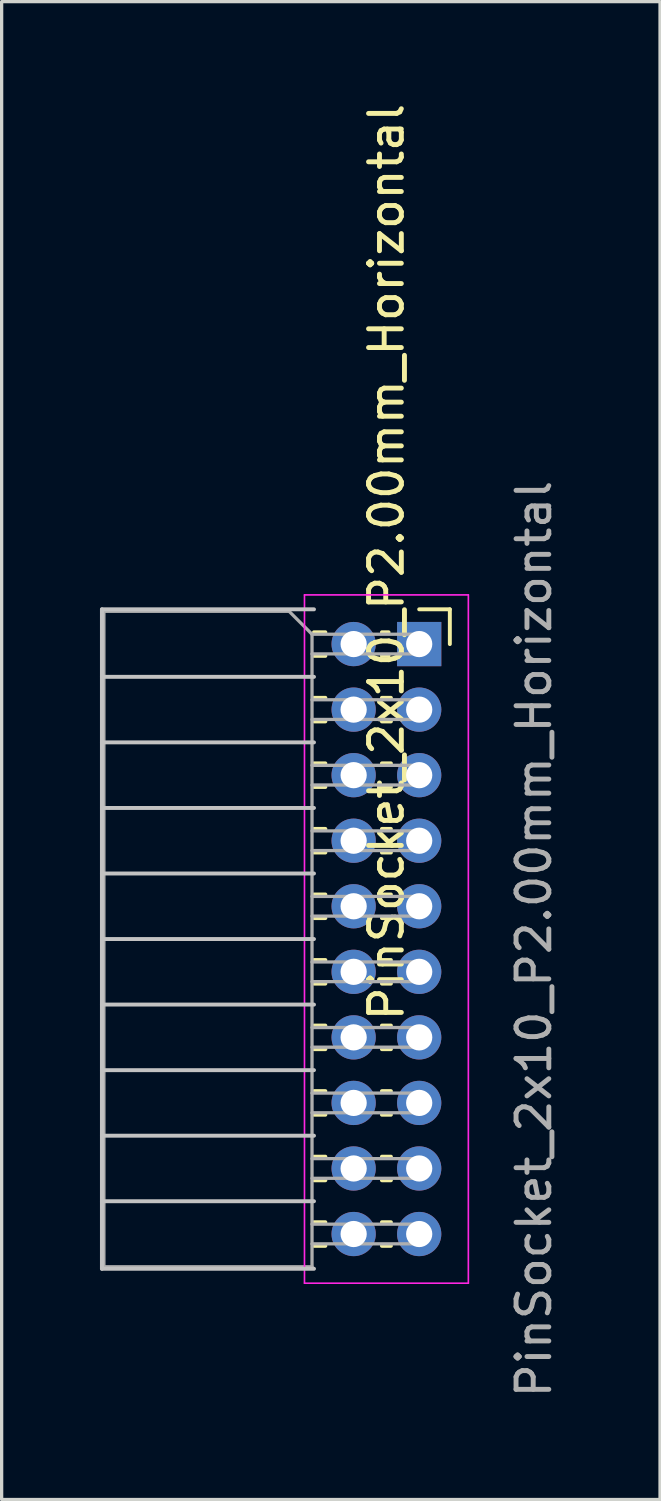
<source format=kicad_pcb>
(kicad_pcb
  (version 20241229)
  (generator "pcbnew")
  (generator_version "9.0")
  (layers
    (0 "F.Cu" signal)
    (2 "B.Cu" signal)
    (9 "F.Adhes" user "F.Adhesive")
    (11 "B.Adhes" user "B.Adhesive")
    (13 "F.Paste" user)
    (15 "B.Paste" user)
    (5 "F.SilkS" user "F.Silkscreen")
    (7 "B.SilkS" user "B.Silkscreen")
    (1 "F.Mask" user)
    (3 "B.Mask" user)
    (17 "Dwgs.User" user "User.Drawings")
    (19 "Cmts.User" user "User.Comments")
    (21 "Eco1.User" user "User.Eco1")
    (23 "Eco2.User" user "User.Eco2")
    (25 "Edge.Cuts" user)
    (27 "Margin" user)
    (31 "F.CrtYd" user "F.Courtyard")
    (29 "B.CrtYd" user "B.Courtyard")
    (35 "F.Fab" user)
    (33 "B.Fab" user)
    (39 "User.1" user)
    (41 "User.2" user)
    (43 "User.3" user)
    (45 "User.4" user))
  (footprint "PinSocket_2x10_P2.00mm_Horizontal"
    (layer "F.Cu")
    (at 9.74 16.601)
    (property "Reference" "PinSocket_2x10_P2.00mm_Horizontal" (at -1 -2.5 90) (layer "F.SilkS") (effects (font (size 1 1) (thickness 0.15))))
    (attr through_hole)
    (fp_line (start -3.21 -0.36) (end -2.863 -0.36) (stroke (width 0.12) (type solid)) (layer "F.SilkS"))
    (fp_line (start -3.21 0.36) (end -2.863 0.36) (stroke (width 0.12) (type solid)) (layer "F.SilkS"))
    (fp_line (start -3.21 1.64) (end -2.863 1.64) (stroke (width 0.12) (type solid)) (layer "F.SilkS"))
    (fp_line (start -3.21 2.36) (end -2.863 2.36) (stroke (width 0.12) (type solid)) (layer "F.SilkS"))
    (fp_line (start -3.21 3.64) (end -2.863 3.64) (stroke (width 0.12) (type solid)) (layer "F.SilkS"))
    (fp_line (start -3.21 4.36) (end -2.863 4.36) (stroke (width 0.12) (type solid)) (layer "F.SilkS"))
    (fp_line (start -3.21 5.64) (end -2.863 5.64) (stroke (width 0.12) (type solid)) (layer "F.SilkS"))
    (fp_line (start -3.21 6.36) (end -2.863 6.36) (stroke (width 0.12) (type solid)) (layer "F.SilkS"))
    (fp_line (start -3.21 7.64) (end -2.863 7.64) (stroke (width 0.12) (type solid)) (layer "F.SilkS"))
    (fp_line (start -3.21 8.36) (end -2.863 8.36) (stroke (width 0.12) (type solid)) (layer "F.SilkS"))
    (fp_line (start -3.21 9.64) (end -2.863 9.64) (stroke (width 0.12) (type solid)) (layer "F.SilkS"))
    (fp_line (start -3.21 10.36) (end -2.863 10.36) (stroke (width 0.12) (type solid)) (layer "F.SilkS"))
    (fp_line (start -3.21 11.64) (end -2.863 11.64) (stroke (width 0.12) (type solid)) (layer "F.SilkS"))
    (fp_line (start -3.21 12.36) (end -2.863 12.36) (stroke (width 0.12) (type solid)) (layer "F.SilkS"))
    (fp_line (start -3.21 13.64) (end -2.863 13.64) (stroke (width 0.12) (type solid)) (layer "F.SilkS"))
    (fp_line (start -3.21 14.36) (end -2.863 14.36) (stroke (width 0.12) (type solid)) (layer "F.SilkS"))
    (fp_line (start -3.21 15.64) (end -2.863 15.64) (stroke (width 0.12) (type solid)) (layer "F.SilkS"))
    (fp_line (start -3.21 16.36) (end -2.863 16.36) (stroke (width 0.12) (type solid)) (layer "F.SilkS"))
    (fp_line (start -3.21 17.64) (end -2.863 17.64) (stroke (width 0.12) (type solid)) (layer "F.SilkS"))
    (fp_line (start -3.21 18.36) (end -2.863 18.36) (stroke (width 0.12) (type solid)) (layer "F.SilkS"))
    (fp_line (start -1.137 -0.36) (end -0.935 -0.36) (stroke (width 0.12) (type solid)) (layer "F.SilkS"))
    (fp_line (start -1.137 0.36) (end -0.935 0.36) (stroke (width 0.12) (type solid)) (layer "F.SilkS"))
    (fp_line (start -1.137 1.64) (end -0.863 1.64) (stroke (width 0.12) (type solid)) (layer "F.SilkS"))
    (fp_line (start -1.137 2.36) (end -0.863 2.36) (stroke (width 0.12) (type solid)) (layer "F.SilkS"))
    (fp_line (start -1.137 3.64) (end -0.863 3.64) (stroke (width 0.12) (type solid)) (layer "F.SilkS"))
    (fp_line (start -1.137 4.36) (end -0.863 4.36) (stroke (width 0.12) (type solid)) (layer "F.SilkS"))
    (fp_line (start -1.137 5.64) (end -0.863 5.64) (stroke (width 0.12) (type solid)) (layer "F.SilkS"))
    (fp_line (start -1.137 6.36) (end -0.863 6.36) (stroke (width 0.12) (type solid)) (layer "F.SilkS"))
    (fp_line (start -1.137 7.64) (end -0.863 7.64) (stroke (width 0.12) (type solid)) (layer "F.SilkS"))
    (fp_line (start -1.137 8.36) (end -0.863 8.36) (stroke (width 0.12) (type solid)) (layer "F.SilkS"))
    (fp_line (start -1.137 9.64) (end -0.863 9.64) (stroke (width 0.12) (type solid)) (layer "F.SilkS"))
    (fp_line (start -1.137 10.36) (end -0.863 10.36) (stroke (width 0.12) (type solid)) (layer "F.SilkS"))
    (fp_line (start -1.137 11.64) (end -0.863 11.64) (stroke (width 0.12) (type solid)) (layer "F.SilkS"))
    (fp_line (start -1.137 12.36) (end -0.863 12.36) (stroke (width 0.12) (type solid)) (layer "F.SilkS"))
    (fp_line (start -1.137 13.64) (end -0.863 13.64) (stroke (width 0.12) (type solid)) (layer "F.SilkS"))
    (fp_line (start -1.137 14.36) (end -0.863 14.36) (stroke (width 0.12) (type solid)) (layer "F.SilkS"))
    (fp_line (start -1.137 15.64) (end -0.863 15.64) (stroke (width 0.12) (type solid)) (layer "F.SilkS"))
    (fp_line (start -1.137 16.36) (end -0.863 16.36) (stroke (width 0.12) (type solid)) (layer "F.SilkS"))
    (fp_line (start -1.137 17.64) (end -0.863 17.64) (stroke (width 0.12) (type solid)) (layer "F.SilkS"))
    (fp_line (start -1.137 18.36) (end -0.863 18.36) (stroke (width 0.12) (type solid)) (layer "F.SilkS"))
    (fp_line (start 0 -1.06) (end 0.935 -1.06) (stroke (width 0.12) (type solid)) (layer "F.SilkS"))
    (fp_line (start 0.935 -1.06) (end 0.935 0) (stroke (width 0.12) (type solid)) (layer "F.SilkS"))
    (fp_line (start -9.68 -1.06) (end -9.68 19.06) (stroke (width 0.12) (type solid)) (layer "Dwgs.User"))
    (fp_line (start -9.68 -1.06) (end -3.21 -1.06) (stroke (width 0.12) (type solid)) (layer "Dwgs.User"))
    (fp_line (start -9.68 1) (end -3.21 1) (stroke (width 0.12) (type solid)) (layer "Dwgs.User"))
    (fp_line (start -9.68 3) (end -3.21 3) (stroke (width 0.12) (type solid)) (layer "Dwgs.User"))
    (fp_line (start -9.68 5) (end -3.21 5) (stroke (width 0.12) (type solid)) (layer "Dwgs.User"))
    (fp_line (start -9.68 7) (end -3.21 7) (stroke (width 0.12) (type solid)) (layer "Dwgs.User"))
    (fp_line (start -9.68 9) (end -3.21 9) (stroke (width 0.12) (type solid)) (layer "Dwgs.User"))
    (fp_line (start -9.68 11) (end -3.21 11) (stroke (width 0.12) (type solid)) (layer "Dwgs.User"))
    (fp_line (start -9.68 13) (end -3.21 13) (stroke (width 0.12) (type solid)) (layer "Dwgs.User"))
    (fp_line (start -9.68 15) (end -3.21 15) (stroke (width 0.12) (type solid)) (layer "Dwgs.User"))
    (fp_line (start -9.68 17) (end -3.21 17) (stroke (width 0.12) (type solid)) (layer "Dwgs.User"))
    (fp_line (start -9.68 19.06) (end -3.21 19.06) (stroke (width 0.12) (type solid)) (layer "Dwgs.User"))
    (fp_line (start -3.5 -1.5) (end -3.5 19.5) (stroke (width 0.05) (type solid)) (layer "F.CrtYd"))
    (fp_line (start -3.5 19.5) (end 1.5 19.5) (stroke (width 0.05) (type solid)) (layer "F.CrtYd"))
    (fp_line (start 1.5 -1.5) (end -3.5 -1.5) (stroke (width 0.05) (type solid)) (layer "F.CrtYd"))
    (fp_line (start 1.5 19.5) (end 1.5 -1.5) (stroke (width 0.05) (type solid)) (layer "F.CrtYd"))
    (fp_line (start -9.62 -1) (end -3.97 -1) (stroke (width 0.1) (type solid)) (layer "F.Fab"))
    (fp_line (start -9.62 19) (end -9.62 -1) (stroke (width 0.1) (type solid)) (layer "F.Fab"))
    (fp_line (start -3.97 -1) (end -3.27 -0.3) (stroke (width 0.1) (type solid)) (layer "F.Fab"))
    (fp_line (start -3.27 -0.3) (end -3.27 19) (stroke (width 0.1) (type solid)) (layer "F.Fab"))
    (fp_line (start -3.27 0.3) (end 0 0.3) (stroke (width 0.1) (type solid)) (layer "F.Fab"))
    (fp_line (start -3.27 2.3) (end 0 2.3) (stroke (width 0.1) (type solid)) (layer "F.Fab"))
    (fp_line (start -3.27 4.3) (end 0 4.3) (stroke (width 0.1) (type solid)) (layer "F.Fab"))
    (fp_line (start -3.27 6.3) (end 0 6.3) (stroke (width 0.1) (type solid)) (layer "F.Fab"))
    (fp_line (start -3.27 8.3) (end 0 8.3) (stroke (width 0.1) (type solid)) (layer "F.Fab"))
    (fp_line (start -3.27 10.3) (end 0 10.3) (stroke (width 0.1) (type solid)) (layer "F.Fab"))
    (fp_line (start -3.27 12.3) (end 0 12.3) (stroke (width 0.1) (type solid)) (layer "F.Fab"))
    (fp_line (start -3.27 14.3) (end 0 14.3) (stroke (width 0.1) (type solid)) (layer "F.Fab"))
    (fp_line (start -3.27 16.3) (end 0 16.3) (stroke (width 0.1) (type solid)) (layer "F.Fab"))
    (fp_line (start -3.27 18.3) (end 0 18.3) (stroke (width 0.1) (type solid)) (layer "F.Fab"))
    (fp_line (start -3.27 19) (end -9.62 19) (stroke (width 0.1) (type solid)) (layer "F.Fab"))
    (fp_line (start 0 -0.3) (end -3.27 -0.3) (stroke (width 0.1) (type solid)) (layer "F.Fab"))
    (fp_line (start 0 0.3) (end 0 -0.3) (stroke (width 0.1) (type solid)) (layer "F.Fab"))
    (fp_line (start 0 1.7) (end -3.27 1.7) (stroke (width 0.1) (type solid)) (layer "F.Fab"))
    (fp_line (start 0 2.3) (end 0 1.7) (stroke (width 0.1) (type solid)) (layer "F.Fab"))
    (fp_line (start 0 3.7) (end -3.27 3.7) (stroke (width 0.1) (type solid)) (layer "F.Fab"))
    (fp_line (start 0 4.3) (end 0 3.7) (stroke (width 0.1) (type solid)) (layer "F.Fab"))
    (fp_line (start 0 5.7) (end -3.27 5.7) (stroke (width 0.1) (type solid)) (layer "F.Fab"))
    (fp_line (start 0 6.3) (end 0 5.7) (stroke (width 0.1) (type solid)) (layer "F.Fab"))
    (fp_line (start 0 7.7) (end -3.27 7.7) (stroke (width 0.1) (type solid)) (layer "F.Fab"))
    (fp_line (start 0 8.3) (end 0 7.7) (stroke (width 0.1) (type solid)) (layer "F.Fab"))
    (fp_line (start 0 9.7) (end -3.27 9.7) (stroke (width 0.1) (type solid)) (layer "F.Fab"))
    (fp_line (start 0 10.3) (end 0 9.7) (stroke (width 0.1) (type solid)) (layer "F.Fab"))
    (fp_line (start 0 11.7) (end -3.27 11.7) (stroke (width 0.1) (type solid)) (layer "F.Fab"))
    (fp_line (start 0 12.3) (end 0 11.7) (stroke (width 0.1) (type solid)) (layer "F.Fab"))
    (fp_line (start 0 13.7) (end -3.27 13.7) (stroke (width 0.1) (type solid)) (layer "F.Fab"))
    (fp_line (start 0 14.3) (end 0 13.7) (stroke (width 0.1) (type solid)) (layer "F.Fab"))
    (fp_line (start 0 15.7) (end -3.27 15.7) (stroke (width 0.1) (type solid)) (layer "F.Fab"))
    (fp_line (start 0 16.3) (end 0 15.7) (stroke (width 0.1) (type solid)) (layer "F.Fab"))
    (fp_line (start 0 17.7) (end -3.27 17.7) (stroke (width 0.1) (type solid)) (layer "F.Fab"))
    (fp_line (start 0 18.3) (end 0 17.7) (stroke (width 0.1) (type solid)) (layer "F.Fab"))
    (fp_text user "${REFERENCE}" (at 3.5 9 90) (layer "F.Fab") (effects (font (size 1 1) (thickness 0.15))))
    (pad "1" thru_hole rect (at 0 0) (size 1.35 1.35) (drill 0.8) (layers "*.Cu" "*.Mask"))
    (pad "2" thru_hole oval (at -2 0) (size 1.35 1.35) (drill 0.8) (layers "*.Cu" "*.Mask"))
    (pad "3" thru_hole oval (at 0 2) (size 1.35 1.35) (drill 0.8) (layers "*.Cu" "*.Mask"))
    (pad "4" thru_hole oval (at -2 2) (size 1.35 1.35) (drill 0.8) (layers "*.Cu" "*.Mask"))
    (pad "5" thru_hole oval (at 0 4) (size 1.35 1.35) (drill 0.8) (layers "*.Cu" "*.Mask"))
    (pad "6" thru_hole oval (at -2 4) (size 1.35 1.35) (drill 0.8) (layers "*.Cu" "*.Mask"))
    (pad "7" thru_hole oval (at 0 6) (size 1.35 1.35) (drill 0.8) (layers "*.Cu" "*.Mask"))
    (pad "8" thru_hole oval (at -2 6) (size 1.35 1.35) (drill 0.8) (layers "*.Cu" "*.Mask"))
    (pad "9" thru_hole oval (at 0 8) (size 1.35 1.35) (drill 0.8) (layers "*.Cu" "*.Mask"))
    (pad "10" thru_hole oval (at -2 8) (size 1.35 1.35) (drill 0.8) (layers "*.Cu" "*.Mask"))
    (pad "11" thru_hole oval (at 0 10) (size 1.35 1.35) (drill 0.8) (layers "*.Cu" "*.Mask"))
    (pad "12" thru_hole oval (at -2 10) (size 1.35 1.35) (drill 0.8) (layers "*.Cu" "*.Mask"))
    (pad "13" thru_hole oval (at 0 12) (size 1.35 1.35) (drill 0.8) (layers "*.Cu" "*.Mask"))
    (pad "14" thru_hole oval (at -2 12) (size 1.35 1.35) (drill 0.8) (layers "*.Cu" "*.Mask"))
    (pad "15" thru_hole oval (at 0 14) (size 1.35 1.35) (drill 0.8) (layers "*.Cu" "*.Mask"))
    (pad "16" thru_hole oval (at -2 14) (size 1.35 1.35) (drill 0.8) (layers "*.Cu" "*.Mask"))
    (pad "17" thru_hole oval (at 0 16) (size 1.35 1.35) (drill 0.8) (layers "*.Cu" "*.Mask"))
    (pad "18" thru_hole oval (at -2 16) (size 1.35 1.35) (drill 0.8) (layers "*.Cu" "*.Mask"))
    (pad "19" thru_hole oval (at 0 18) (size 1.35 1.35) (drill 0.8) (layers "*.Cu" "*.Mask"))
    (pad "20" thru_hole oval (at -2 18) (size 1.35 1.35) (drill 0.8) (layers "*.Cu" "*.Mask")))
  (gr_rect
    (start -3 -3)
    (end 17.088 42.702)
    (stroke (width 0.1) (type default))
    (fill no)
    (layer "Edge.Cuts")))
</source>
